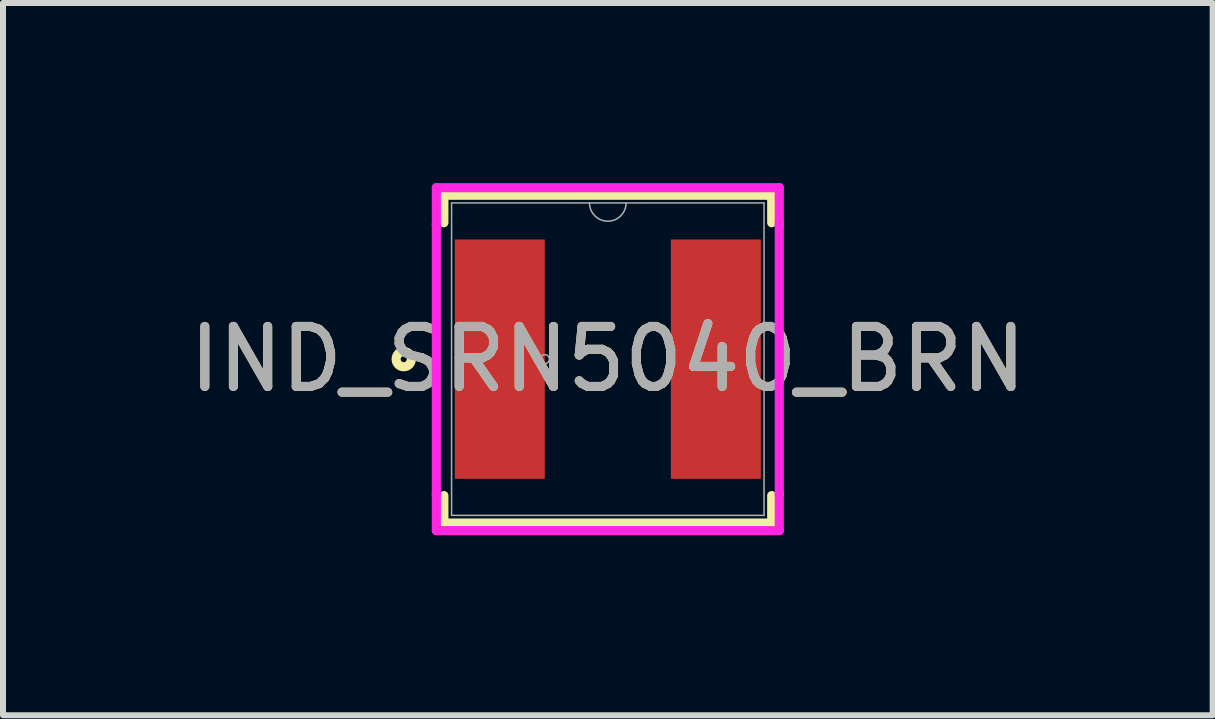
<source format=kicad_pcb>
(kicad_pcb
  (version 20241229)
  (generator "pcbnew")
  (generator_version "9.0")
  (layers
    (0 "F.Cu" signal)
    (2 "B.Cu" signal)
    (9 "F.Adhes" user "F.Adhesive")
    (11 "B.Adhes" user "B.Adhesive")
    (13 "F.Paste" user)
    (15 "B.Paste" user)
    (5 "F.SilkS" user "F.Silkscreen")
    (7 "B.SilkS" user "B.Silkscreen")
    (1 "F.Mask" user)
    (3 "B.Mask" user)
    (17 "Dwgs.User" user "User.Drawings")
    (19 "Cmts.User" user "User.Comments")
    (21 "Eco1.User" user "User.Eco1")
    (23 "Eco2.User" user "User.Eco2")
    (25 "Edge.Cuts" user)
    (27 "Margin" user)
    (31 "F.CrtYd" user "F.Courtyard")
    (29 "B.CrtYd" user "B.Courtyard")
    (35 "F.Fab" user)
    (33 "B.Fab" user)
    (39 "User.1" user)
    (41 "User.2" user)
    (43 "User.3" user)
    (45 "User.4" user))
  (footprint "IND_SRN5040_BRN"
    (layer "F.Cu")
    (at 7.077 2.934)
    (property "Reference" "IND_SRN5040_BRN" (at 0 0 0) (unlocked yes) (layer "F.SilkS") (effects (font (size 1 1) (thickness 0.15))))
    (attr smd)
    (fp_line (start -2.731 -2.731) (end -2.731 -2.273) (stroke (width 0.152) (type solid)) (layer "F.SilkS"))
    (fp_line (start -2.731 2.273) (end -2.731 2.731) (stroke (width 0.152) (type solid)) (layer "F.SilkS"))
    (fp_line (start -2.731 2.731) (end 2.731 2.731) (stroke (width 0.152) (type solid)) (layer "F.SilkS"))
    (fp_line (start 2.731 -2.731) (end -2.731 -2.731) (stroke (width 0.152) (type solid)) (layer "F.SilkS"))
    (fp_line (start 2.731 -2.273) (end 2.731 -2.731) (stroke (width 0.152) (type solid)) (layer "F.SilkS"))
    (fp_line (start 2.731 2.731) (end 2.731 2.273) (stroke (width 0.152) (type solid)) (layer "F.SilkS"))
    (fp_circle (center -3.4 0) (end -3.273 0) (stroke (width 0.152) (type solid)) (fill no) (layer "F.SilkS"))
    (fp_line (start -2.857 -2.857) (end 2.857 -2.857) (stroke (width 0.152) (type solid)) (layer "F.CrtYd"))
    (fp_line (start -2.857 -2.248) (end -2.857 -2.857) (stroke (width 0.152) (type solid)) (layer "F.CrtYd"))
    (fp_line (start -2.857 -2.248) (end -2.857 -2.248) (stroke (width 0.152) (type solid)) (layer "F.CrtYd"))
    (fp_line (start -2.857 2.248) (end -2.857 -2.248) (stroke (width 0.152) (type solid)) (layer "F.CrtYd"))
    (fp_line (start -2.857 2.248) (end -2.857 2.248) (stroke (width 0.152) (type solid)) (layer "F.CrtYd"))
    (fp_line (start -2.857 2.857) (end -2.857 2.248) (stroke (width 0.152) (type solid)) (layer "F.CrtYd"))
    (fp_line (start 2.857 -2.857) (end 2.857 -2.248) (stroke (width 0.152) (type solid)) (layer "F.CrtYd"))
    (fp_line (start 2.857 -2.248) (end 2.857 -2.248) (stroke (width 0.152) (type solid)) (layer "F.CrtYd"))
    (fp_line (start 2.857 -2.248) (end 2.857 2.248) (stroke (width 0.152) (type solid)) (layer "F.CrtYd"))
    (fp_line (start 2.857 2.248) (end 2.857 2.248) (stroke (width 0.152) (type solid)) (layer "F.CrtYd"))
    (fp_line (start 2.857 2.248) (end 2.857 2.857) (stroke (width 0.152) (type solid)) (layer "F.CrtYd"))
    (fp_line (start 2.857 2.857) (end -2.857 2.857) (stroke (width 0.152) (type solid)) (layer "F.CrtYd"))
    (fp_line (start -2.603 -2.603) (end -2.603 2.603) (stroke (width 0.025) (type solid)) (layer "F.Fab"))
    (fp_line (start -2.603 2.603) (end 2.603 2.603) (stroke (width 0.025) (type solid)) (layer "F.Fab"))
    (fp_line (start 2.603 -2.603) (end -2.603 -2.603) (stroke (width 0.025) (type solid)) (layer "F.Fab"))
    (fp_line (start 2.603 2.603) (end 2.603 -2.603) (stroke (width 0.025) (type solid)) (layer "F.Fab"))
    (fp_arc (start 0.3048 -2.6035) (mid 0 -2.2987) (end -0.3048 -2.6035) (stroke (width 0.0254) (type solid)) (layer "F.Fab"))
    (fp_circle (center -1.051 0) (end -0.975 0) (stroke (width 0.025) (type solid)) (fill no) (layer "F.Fab"))
    (fp_text user "${REFERENCE}" (at 0 0 0) (unlocked yes) (layer "F.Fab") (effects (font (size 1 1) (thickness 0.15))))
    (pad "1" smd rect (at -1.8 0) (size 1.499 3.988) (layers "F.Cu" "F.Mask" "F.Paste"))
    (pad "2" smd rect (at 1.8 0) (size 1.499 3.988) (layers "F.Cu" "F.Mask" "F.Paste")))
  (gr_rect
    (start -3 -3)
    (end 17.155 8.867)
    (stroke (width 0.1) (type default))
    (fill no)
    (layer "Edge.Cuts")))
</source>
